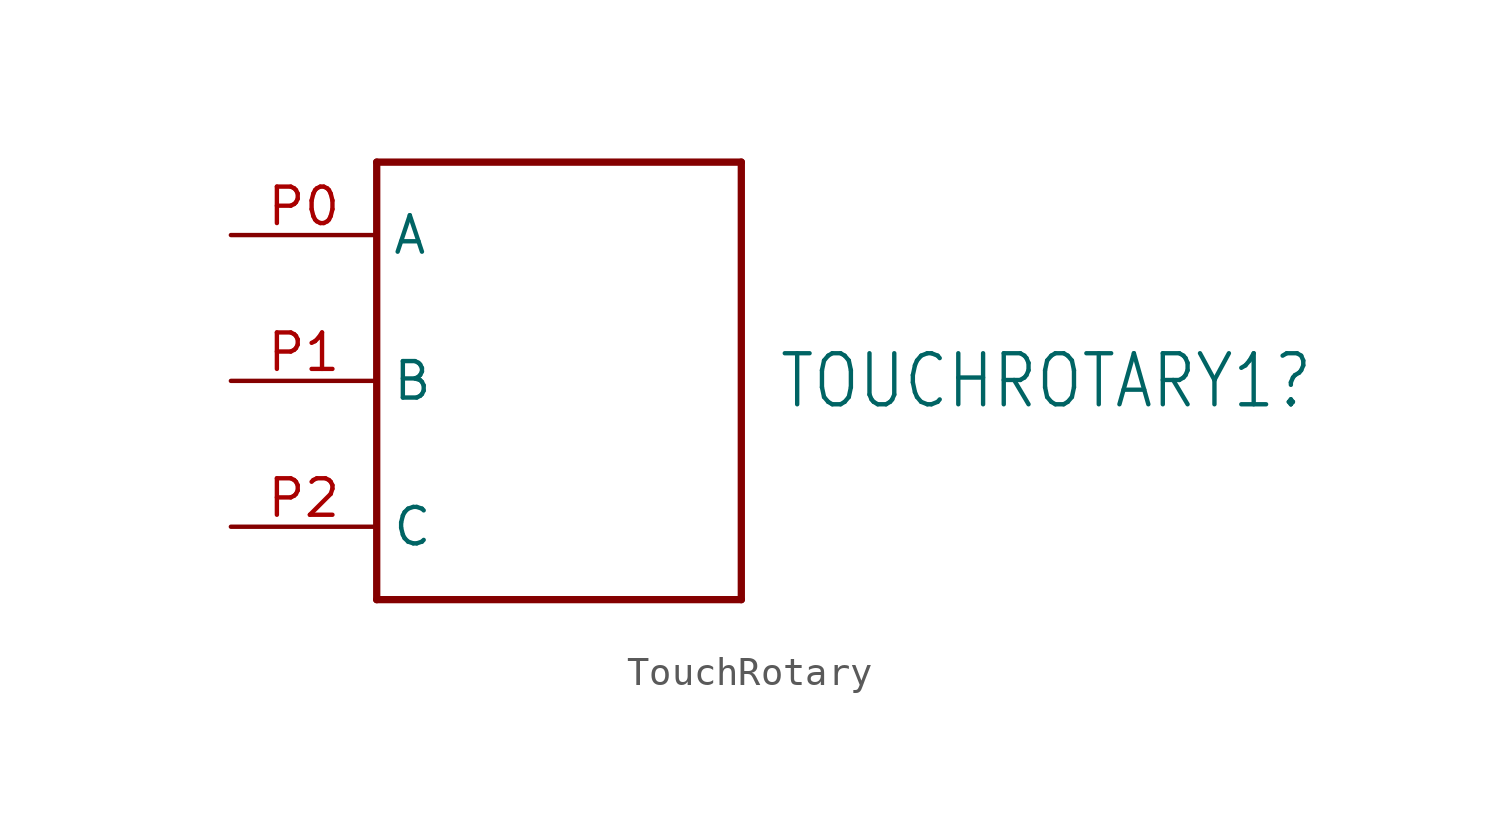
<source format=kicad_sym>
(kicad_symbol_lib
  (version 20231120)
  (generator "kicad_symbol_editor")
  (generator_version "8.0")
  (symbol "TouchRotary"
    (property "Reference" "TOUCHROTARY1"
      (at 6.35 0 0)
      (effects (font (size 1.778 1.511)) (justify left)))
    (symbol "TouchRotary_1_0"
      (polyline (pts (xy -7.62 -7.62) (xy 5.08 -7.62)) (stroke (width 0.254) (type solid)) (fill (type none)))
      (polyline (pts (xy -7.62 7.62) (xy -7.62 -7.62)) (stroke (width 0.254) (type solid)) (fill (type none)))
      (polyline (pts (xy 5.08 -7.62) (xy 5.08 7.62)) (stroke (width 0.254) (type solid)) (fill (type none)))
      (polyline (pts (xy 5.08 7.62) (xy -7.62 7.62)) (stroke (width 0.254) (type solid)) (fill (type none)))
      (pin bidirectional line (at -12.7 5.08 0) (length 5.08) (name "A" (effects (font (size 1.27 1.27)))) (number "P0" (effects (font (size 1.27 1.27)))))
      (pin bidirectional line (at -12.7 0 0) (length 5.08) (name "B" (effects (font (size 1.27 1.27)))) (number "P1" (effects (font (size 1.27 1.27)))))
      (pin bidirectional line (at -12.7 -5.08 0) (length 5.08) (name "C" (effects (font (size 1.27 1.27)))) (number "P2" (effects (font (size 1.27 1.27))))))))
</source>
